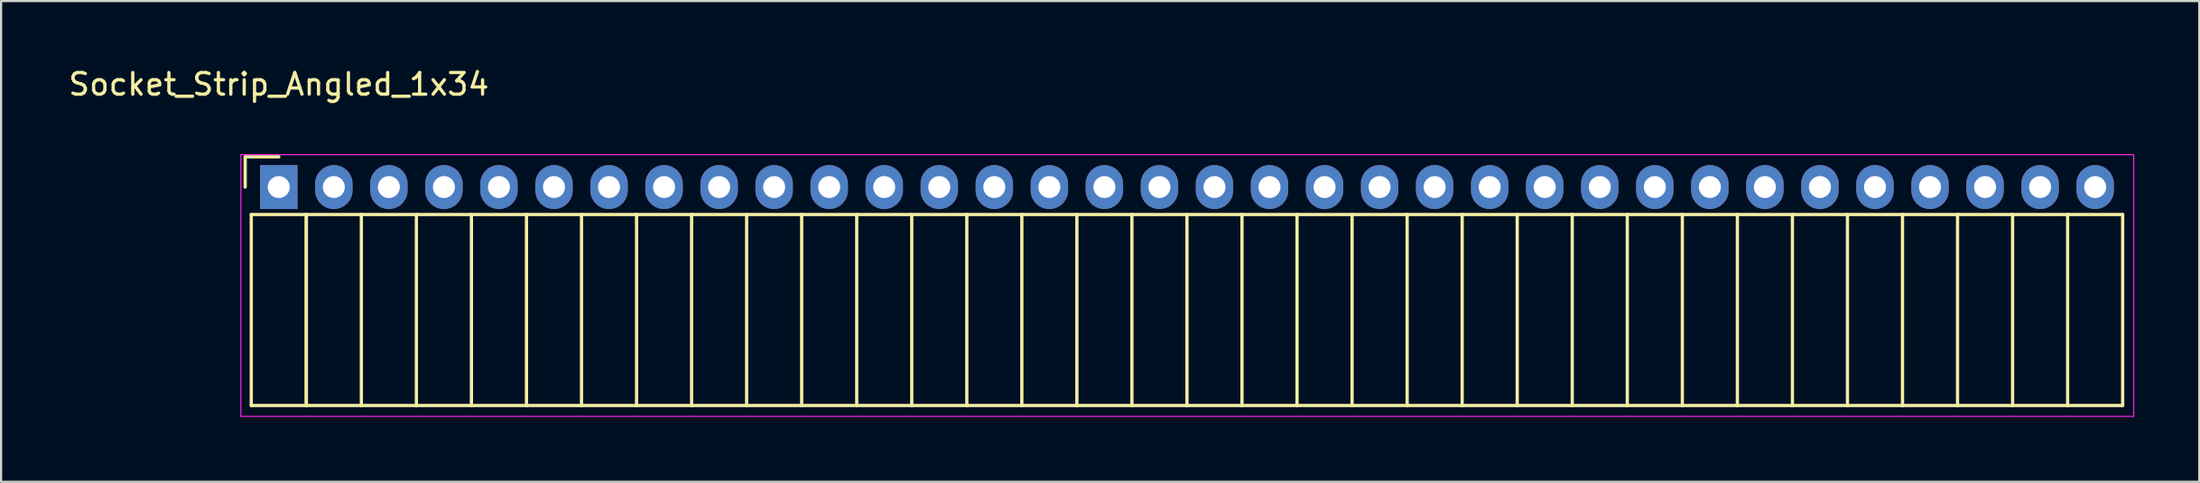
<source format=kicad_pcb>
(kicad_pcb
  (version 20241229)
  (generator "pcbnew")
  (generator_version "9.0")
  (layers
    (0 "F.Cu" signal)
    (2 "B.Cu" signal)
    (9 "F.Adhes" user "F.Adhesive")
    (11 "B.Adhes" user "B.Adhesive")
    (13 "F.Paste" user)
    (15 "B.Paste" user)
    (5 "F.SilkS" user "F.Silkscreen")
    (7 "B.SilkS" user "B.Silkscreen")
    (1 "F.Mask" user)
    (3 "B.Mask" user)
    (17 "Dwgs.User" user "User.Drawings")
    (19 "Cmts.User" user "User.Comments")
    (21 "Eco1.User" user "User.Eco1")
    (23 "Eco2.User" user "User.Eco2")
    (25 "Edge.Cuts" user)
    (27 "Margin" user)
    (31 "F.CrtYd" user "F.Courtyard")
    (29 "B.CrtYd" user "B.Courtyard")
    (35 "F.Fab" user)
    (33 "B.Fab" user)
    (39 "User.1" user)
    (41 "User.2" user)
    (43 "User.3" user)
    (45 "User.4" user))
  (footprint "Socket_Strip_Angled_1x34"
    (layer "F.Cu")
    (at 9.815 5.598)
    (property "Reference" "Socket_Strip_Angled_1x34" (at 0 -4.75 0) (layer "F.SilkS") (effects (font (size 1 1) (thickness 0.15))))
    (attr through_hole)
    (fp_line (start -1.55 -1.4) (end -1.55 0) (stroke (width 0.15) (type solid)) (layer "F.SilkS"))
    (fp_line (start -1.27 1.27) (end -1.27 10.1) (stroke (width 0.15) (type solid)) (layer "F.SilkS"))
    (fp_line (start -1.27 1.27) (end 1.27 1.27) (stroke (width 0.15) (type solid)) (layer "F.SilkS"))
    (fp_line (start -1.27 10.1) (end 1.27 10.1) (stroke (width 0.15) (type solid)) (layer "F.SilkS"))
    (fp_line (start 0 -1.4) (end -1.55 -1.4) (stroke (width 0.15) (type solid)) (layer "F.SilkS"))
    (fp_line (start 1.27 1.27) (end 1.27 10.1) (stroke (width 0.15) (type solid)) (layer "F.SilkS"))
    (fp_line (start 1.27 1.27) (end 3.81 1.27) (stroke (width 0.15) (type solid)) (layer "F.SilkS"))
    (fp_line (start 1.27 10.1) (end 1.27 1.27) (stroke (width 0.15) (type solid)) (layer "F.SilkS"))
    (fp_line (start 1.27 10.1) (end 3.81 10.1) (stroke (width 0.15) (type solid)) (layer "F.SilkS"))
    (fp_line (start 3.81 1.27) (end 6.35 1.27) (stroke (width 0.15) (type solid)) (layer "F.SilkS"))
    (fp_line (start 3.81 10.1) (end 3.81 1.27) (stroke (width 0.15) (type solid)) (layer "F.SilkS"))
    (fp_line (start 3.81 10.1) (end 6.35 10.1) (stroke (width 0.15) (type solid)) (layer "F.SilkS"))
    (fp_line (start 6.35 1.27) (end 8.89 1.27) (stroke (width 0.15) (type solid)) (layer "F.SilkS"))
    (fp_line (start 6.35 10.1) (end 6.35 1.27) (stroke (width 0.15) (type solid)) (layer "F.SilkS"))
    (fp_line (start 6.35 10.1) (end 8.89 10.1) (stroke (width 0.15) (type solid)) (layer "F.SilkS"))
    (fp_line (start 8.89 1.27) (end 11.43 1.27) (stroke (width 0.15) (type solid)) (layer "F.SilkS"))
    (fp_line (start 8.89 10.1) (end 8.89 1.27) (stroke (width 0.15) (type solid)) (layer "F.SilkS"))
    (fp_line (start 8.89 10.1) (end 11.43 10.1) (stroke (width 0.15) (type solid)) (layer "F.SilkS"))
    (fp_line (start 11.43 1.27) (end 13.97 1.27) (stroke (width 0.15) (type solid)) (layer "F.SilkS"))
    (fp_line (start 11.43 10.1) (end 11.43 1.27) (stroke (width 0.15) (type solid)) (layer "F.SilkS"))
    (fp_line (start 11.43 10.1) (end 13.97 10.1) (stroke (width 0.15) (type solid)) (layer "F.SilkS"))
    (fp_line (start 13.97 1.27) (end 16.51 1.27) (stroke (width 0.15) (type solid)) (layer "F.SilkS"))
    (fp_line (start 13.97 10.1) (end 13.97 1.27) (stroke (width 0.15) (type solid)) (layer "F.SilkS"))
    (fp_line (start 13.97 10.1) (end 16.51 10.1) (stroke (width 0.15) (type solid)) (layer "F.SilkS"))
    (fp_line (start 16.51 1.27) (end 19.05 1.27) (stroke (width 0.15) (type solid)) (layer "F.SilkS"))
    (fp_line (start 16.51 10.1) (end 16.51 1.27) (stroke (width 0.15) (type solid)) (layer "F.SilkS"))
    (fp_line (start 16.51 10.1) (end 19.05 10.1) (stroke (width 0.15) (type solid)) (layer "F.SilkS"))
    (fp_line (start 19.05 1.27) (end 21.59 1.27) (stroke (width 0.15) (type solid)) (layer "F.SilkS"))
    (fp_line (start 19.05 10.1) (end 19.05 1.27) (stroke (width 0.15) (type solid)) (layer "F.SilkS"))
    (fp_line (start 19.05 10.1) (end 21.59 10.1) (stroke (width 0.15) (type solid)) (layer "F.SilkS"))
    (fp_line (start 21.59 1.27) (end 24.13 1.27) (stroke (width 0.15) (type solid)) (layer "F.SilkS"))
    (fp_line (start 21.59 10.1) (end 21.59 1.27) (stroke (width 0.15) (type solid)) (layer "F.SilkS"))
    (fp_line (start 21.59 10.1) (end 24.13 10.1) (stroke (width 0.15) (type solid)) (layer "F.SilkS"))
    (fp_line (start 24.13 1.27) (end 26.67 1.27) (stroke (width 0.15) (type solid)) (layer "F.SilkS"))
    (fp_line (start 24.13 10.1) (end 24.13 1.27) (stroke (width 0.15) (type solid)) (layer "F.SilkS"))
    (fp_line (start 24.13 10.1) (end 26.67 10.1) (stroke (width 0.15) (type solid)) (layer "F.SilkS"))
    (fp_line (start 26.67 1.27) (end 29.21 1.27) (stroke (width 0.15) (type solid)) (layer "F.SilkS"))
    (fp_line (start 26.67 10.1) (end 26.67 1.27) (stroke (width 0.15) (type solid)) (layer "F.SilkS"))
    (fp_line (start 26.67 10.1) (end 29.21 10.1) (stroke (width 0.15) (type solid)) (layer "F.SilkS"))
    (fp_line (start 29.21 1.27) (end 31.75 1.27) (stroke (width 0.15) (type solid)) (layer "F.SilkS"))
    (fp_line (start 29.21 10.1) (end 29.21 1.27) (stroke (width 0.15) (type solid)) (layer "F.SilkS"))
    (fp_line (start 29.21 10.1) (end 31.75 10.1) (stroke (width 0.15) (type solid)) (layer "F.SilkS"))
    (fp_line (start 31.75 1.27) (end 34.29 1.27) (stroke (width 0.15) (type solid)) (layer "F.SilkS"))
    (fp_line (start 31.75 10.1) (end 31.75 1.27) (stroke (width 0.15) (type solid)) (layer "F.SilkS"))
    (fp_line (start 31.75 10.1) (end 34.29 10.1) (stroke (width 0.15) (type solid)) (layer "F.SilkS"))
    (fp_line (start 34.29 1.27) (end 36.83 1.27) (stroke (width 0.15) (type solid)) (layer "F.SilkS"))
    (fp_line (start 34.29 10.1) (end 34.29 1.27) (stroke (width 0.15) (type solid)) (layer "F.SilkS"))
    (fp_line (start 34.29 10.1) (end 36.83 10.1) (stroke (width 0.15) (type solid)) (layer "F.SilkS"))
    (fp_line (start 36.83 1.27) (end 39.37 1.27) (stroke (width 0.15) (type solid)) (layer "F.SilkS"))
    (fp_line (start 36.83 10.1) (end 36.83 1.27) (stroke (width 0.15) (type solid)) (layer "F.SilkS"))
    (fp_line (start 36.83 10.1) (end 39.37 10.1) (stroke (width 0.15) (type solid)) (layer "F.SilkS"))
    (fp_line (start 39.37 1.27) (end 41.91 1.27) (stroke (width 0.15) (type solid)) (layer "F.SilkS"))
    (fp_line (start 39.37 10.1) (end 39.37 1.27) (stroke (width 0.15) (type solid)) (layer "F.SilkS"))
    (fp_line (start 39.37 10.1) (end 41.91 10.1) (stroke (width 0.15) (type solid)) (layer "F.SilkS"))
    (fp_line (start 41.91 1.27) (end 44.45 1.27) (stroke (width 0.15) (type solid)) (layer "F.SilkS"))
    (fp_line (start 41.91 10.1) (end 41.91 1.27) (stroke (width 0.15) (type solid)) (layer "F.SilkS"))
    (fp_line (start 41.91 10.1) (end 44.45 10.1) (stroke (width 0.15) (type solid)) (layer "F.SilkS"))
    (fp_line (start 44.45 1.27) (end 46.99 1.27) (stroke (width 0.15) (type solid)) (layer "F.SilkS"))
    (fp_line (start 44.45 10.1) (end 44.45 1.27) (stroke (width 0.15) (type solid)) (layer "F.SilkS"))
    (fp_line (start 44.45 10.1) (end 46.99 10.1) (stroke (width 0.15) (type solid)) (layer "F.SilkS"))
    (fp_line (start 46.99 1.27) (end 49.53 1.27) (stroke (width 0.15) (type solid)) (layer "F.SilkS"))
    (fp_line (start 46.99 10.1) (end 46.99 1.27) (stroke (width 0.15) (type solid)) (layer "F.SilkS"))
    (fp_line (start 46.99 10.1) (end 49.53 10.1) (stroke (width 0.15) (type solid)) (layer "F.SilkS"))
    (fp_line (start 49.53 1.27) (end 52.07 1.27) (stroke (width 0.15) (type solid)) (layer "F.SilkS"))
    (fp_line (start 49.53 10.1) (end 49.53 1.27) (stroke (width 0.15) (type solid)) (layer "F.SilkS"))
    (fp_line (start 49.53 10.1) (end 52.07 10.1) (stroke (width 0.15) (type solid)) (layer "F.SilkS"))
    (fp_line (start 52.07 1.27) (end 54.61 1.27) (stroke (width 0.15) (type solid)) (layer "F.SilkS"))
    (fp_line (start 52.07 10.1) (end 52.07 1.27) (stroke (width 0.15) (type solid)) (layer "F.SilkS"))
    (fp_line (start 52.07 10.1) (end 54.61 10.1) (stroke (width 0.15) (type solid)) (layer "F.SilkS"))
    (fp_line (start 54.61 1.27) (end 57.15 1.27) (stroke (width 0.15) (type solid)) (layer "F.SilkS"))
    (fp_line (start 54.61 10.1) (end 54.61 1.27) (stroke (width 0.15) (type solid)) (layer "F.SilkS"))
    (fp_line (start 54.61 10.1) (end 57.15 10.1) (stroke (width 0.15) (type solid)) (layer "F.SilkS"))
    (fp_line (start 57.15 1.27) (end 59.69 1.27) (stroke (width 0.15) (type solid)) (layer "F.SilkS"))
    (fp_line (start 57.15 10.1) (end 57.15 1.27) (stroke (width 0.15) (type solid)) (layer "F.SilkS"))
    (fp_line (start 57.15 10.1) (end 59.69 10.1) (stroke (width 0.15) (type solid)) (layer "F.SilkS"))
    (fp_line (start 59.69 1.27) (end 62.23 1.27) (stroke (width 0.15) (type solid)) (layer "F.SilkS"))
    (fp_line (start 59.69 10.1) (end 59.69 1.27) (stroke (width 0.15) (type solid)) (layer "F.SilkS"))
    (fp_line (start 59.69 10.1) (end 62.23 10.1) (stroke (width 0.15) (type solid)) (layer "F.SilkS"))
    (fp_line (start 62.23 1.27) (end 64.77 1.27) (stroke (width 0.15) (type solid)) (layer "F.SilkS"))
    (fp_line (start 62.23 10.1) (end 62.23 1.27) (stroke (width 0.15) (type solid)) (layer "F.SilkS"))
    (fp_line (start 62.23 10.1) (end 64.77 10.1) (stroke (width 0.15) (type solid)) (layer "F.SilkS"))
    (fp_line (start 64.77 1.27) (end 67.31 1.27) (stroke (width 0.15) (type solid)) (layer "F.SilkS"))
    (fp_line (start 64.77 10.1) (end 64.77 1.27) (stroke (width 0.15) (type solid)) (layer "F.SilkS"))
    (fp_line (start 64.77 10.1) (end 67.31 10.1) (stroke (width 0.15) (type solid)) (layer "F.SilkS"))
    (fp_line (start 67.31 1.27) (end 69.85 1.27) (stroke (width 0.15) (type solid)) (layer "F.SilkS"))
    (fp_line (start 67.31 10.1) (end 67.31 1.27) (stroke (width 0.15) (type solid)) (layer "F.SilkS"))
    (fp_line (start 67.31 10.1) (end 69.85 10.1) (stroke (width 0.15) (type solid)) (layer "F.SilkS"))
    (fp_line (start 69.85 1.27) (end 72.39 1.27) (stroke (width 0.15) (type solid)) (layer "F.SilkS"))
    (fp_line (start 69.85 10.1) (end 69.85 1.27) (stroke (width 0.15) (type solid)) (layer "F.SilkS"))
    (fp_line (start 69.85 10.1) (end 72.39 10.1) (stroke (width 0.15) (type solid)) (layer "F.SilkS"))
    (fp_line (start 72.39 1.27) (end 74.93 1.27) (stroke (width 0.15) (type solid)) (layer "F.SilkS"))
    (fp_line (start 72.39 10.1) (end 72.39 1.27) (stroke (width 0.15) (type solid)) (layer "F.SilkS"))
    (fp_line (start 72.39 10.1) (end 74.93 10.1) (stroke (width 0.15) (type solid)) (layer "F.SilkS"))
    (fp_line (start 74.93 1.27) (end 77.47 1.27) (stroke (width 0.15) (type solid)) (layer "F.SilkS"))
    (fp_line (start 74.93 10.1) (end 74.93 1.27) (stroke (width 0.15) (type solid)) (layer "F.SilkS"))
    (fp_line (start 74.93 10.1) (end 77.47 10.1) (stroke (width 0.15) (type solid)) (layer "F.SilkS"))
    (fp_line (start 77.47 1.27) (end 80.01 1.27) (stroke (width 0.15) (type solid)) (layer "F.SilkS"))
    (fp_line (start 77.47 10.1) (end 77.47 1.27) (stroke (width 0.15) (type solid)) (layer "F.SilkS"))
    (fp_line (start 77.47 10.1) (end 80.01 10.1) (stroke (width 0.15) (type solid)) (layer "F.SilkS"))
    (fp_line (start 80.01 1.27) (end 82.55 1.27) (stroke (width 0.15) (type solid)) (layer "F.SilkS"))
    (fp_line (start 80.01 10.1) (end 80.01 1.27) (stroke (width 0.15) (type solid)) (layer "F.SilkS"))
    (fp_line (start 80.01 10.1) (end 82.55 10.1) (stroke (width 0.15) (type solid)) (layer "F.SilkS"))
    (fp_line (start 82.55 1.27) (end 85.09 1.27) (stroke (width 0.15) (type solid)) (layer "F.SilkS"))
    (fp_line (start 82.55 10.1) (end 82.55 1.27) (stroke (width 0.15) (type solid)) (layer "F.SilkS"))
    (fp_line (start 82.55 10.1) (end 85.09 10.1) (stroke (width 0.15) (type solid)) (layer "F.SilkS"))
    (fp_line (start 85.09 10.1) (end 85.09 1.27) (stroke (width 0.15) (type solid)) (layer "F.SilkS"))
    (fp_line (start -1.75 -1.5) (end -1.75 10.6) (stroke (width 0.05) (type solid)) (layer "F.CrtYd"))
    (fp_line (start -1.75 -1.5) (end 85.6 -1.5) (stroke (width 0.05) (type solid)) (layer "F.CrtYd"))
    (fp_line (start -1.75 10.6) (end 85.6 10.6) (stroke (width 0.05) (type solid)) (layer "F.CrtYd"))
    (fp_line (start 85.6 -1.5) (end 85.6 10.6) (stroke (width 0.05) (type solid)) (layer "F.CrtYd"))
    (pad "1" thru_hole rect (at 0 0) (size 1.727 2.032) (drill 1.016) (layers "*.Cu" "*.Mask"))
    (pad "2" thru_hole oval (at 2.54 0) (size 1.727 2.032) (drill 1.016) (layers "*.Cu" "*.Mask"))
    (pad "3" thru_hole oval (at 5.08 0) (size 1.727 2.032) (drill 1.016) (layers "*.Cu" "*.Mask"))
    (pad "4" thru_hole oval (at 7.62 0) (size 1.727 2.032) (drill 1.016) (layers "*.Cu" "*.Mask"))
    (pad "5" thru_hole oval (at 10.16 0) (size 1.727 2.032) (drill 1.016) (layers "*.Cu" "*.Mask"))
    (pad "6" thru_hole oval (at 12.7 0) (size 1.727 2.032) (drill 1.016) (layers "*.Cu" "*.Mask"))
    (pad "7" thru_hole oval (at 15.24 0) (size 1.727 2.032) (drill 1.016) (layers "*.Cu" "*.Mask"))
    (pad "8" thru_hole oval (at 17.78 0) (size 1.727 2.032) (drill 1.016) (layers "*.Cu" "*.Mask"))
    (pad "9" thru_hole oval (at 20.32 0) (size 1.727 2.032) (drill 1.016) (layers "*.Cu" "*.Mask"))
    (pad "10" thru_hole oval (at 22.86 0) (size 1.727 2.032) (drill 1.016) (layers "*.Cu" "*.Mask"))
    (pad "11" thru_hole oval (at 25.4 0) (size 1.727 2.032) (drill 1.016) (layers "*.Cu" "*.Mask"))
    (pad "12" thru_hole oval (at 27.94 0) (size 1.727 2.032) (drill 1.016) (layers "*.Cu" "*.Mask"))
    (pad "13" thru_hole oval (at 30.48 0) (size 1.727 2.032) (drill 1.016) (layers "*.Cu" "*.Mask"))
    (pad "14" thru_hole oval (at 33.02 0) (size 1.727 2.032) (drill 1.016) (layers "*.Cu" "*.Mask"))
    (pad "15" thru_hole oval (at 35.56 0) (size 1.727 2.032) (drill 1.016) (layers "*.Cu" "*.Mask"))
    (pad "16" thru_hole oval (at 38.1 0) (size 1.727 2.032) (drill 1.016) (layers "*.Cu" "*.Mask"))
    (pad "17" thru_hole oval (at 40.64 0) (size 1.727 2.032) (drill 1.016) (layers "*.Cu" "*.Mask"))
    (pad "18" thru_hole oval (at 43.18 0) (size 1.727 2.032) (drill 1.016) (layers "*.Cu" "*.Mask"))
    (pad "19" thru_hole oval (at 45.72 0) (size 1.727 2.032) (drill 1.016) (layers "*.Cu" "*.Mask"))
    (pad "20" thru_hole oval (at 48.26 0) (size 1.727 2.032) (drill 1.016) (layers "*.Cu" "*.Mask"))
    (pad "21" thru_hole oval (at 50.8 0) (size 1.727 2.032) (drill 1.016) (layers "*.Cu" "*.Mask"))
    (pad "22" thru_hole oval (at 53.34 0) (size 1.727 2.032) (drill 1.016) (layers "*.Cu" "*.Mask"))
    (pad "23" thru_hole oval (at 55.88 0) (size 1.727 2.032) (drill 1.016) (layers "*.Cu" "*.Mask"))
    (pad "24" thru_hole oval (at 58.42 0) (size 1.727 2.032) (drill 1.016) (layers "*.Cu" "*.Mask"))
    (pad "25" thru_hole oval (at 60.96 0) (size 1.727 2.032) (drill 1.016) (layers "*.Cu" "*.Mask"))
    (pad "26" thru_hole oval (at 63.5 0) (size 1.727 2.032) (drill 1.016) (layers "*.Cu" "*.Mask"))
    (pad "27" thru_hole oval (at 66.04 0) (size 1.727 2.032) (drill 1.016) (layers "*.Cu" "*.Mask"))
    (pad "28" thru_hole oval (at 68.58 0) (size 1.727 2.032) (drill 1.016) (layers "*.Cu" "*.Mask"))
    (pad "29" thru_hole oval (at 71.12 0) (size 1.727 2.032) (drill 1.016) (layers "*.Cu" "*.Mask"))
    (pad "30" thru_hole oval (at 73.66 0) (size 1.727 2.032) (drill 1.016) (layers "*.Cu" "*.Mask"))
    (pad "31" thru_hole oval (at 76.2 0) (size 1.727 2.032) (drill 1.016) (layers "*.Cu" "*.Mask"))
    (pad "32" thru_hole oval (at 78.74 0) (size 1.727 2.032) (drill 1.016) (layers "*.Cu" "*.Mask"))
    (pad "33" thru_hole oval (at 81.28 0) (size 1.727 2.032) (drill 1.016) (layers "*.Cu" "*.Mask"))
    (pad "34" thru_hole oval (at 83.82 0) (size 1.727 2.032) (drill 1.016) (layers "*.Cu" "*.Mask")))
  (gr_rect
    (start -3 -3)
    (end 98.44 19.223)
    (stroke (width 0.1) (type default))
    (fill no)
    (layer "Edge.Cuts")))
</source>
